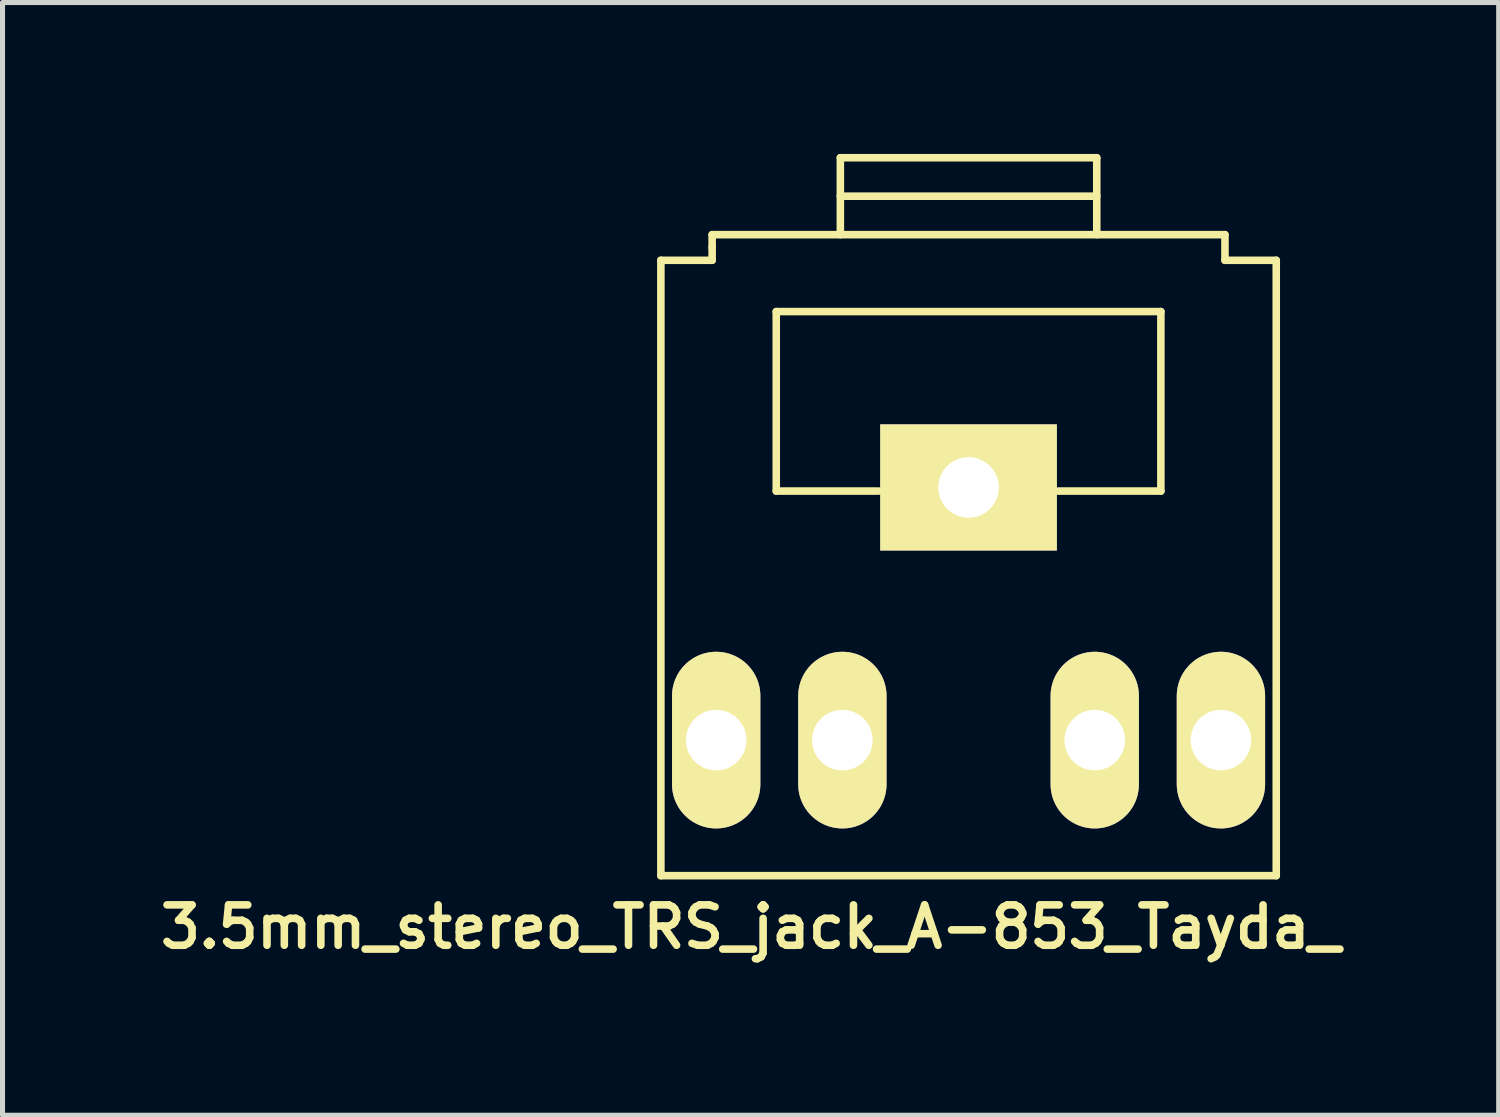
<source format=kicad_pcb>
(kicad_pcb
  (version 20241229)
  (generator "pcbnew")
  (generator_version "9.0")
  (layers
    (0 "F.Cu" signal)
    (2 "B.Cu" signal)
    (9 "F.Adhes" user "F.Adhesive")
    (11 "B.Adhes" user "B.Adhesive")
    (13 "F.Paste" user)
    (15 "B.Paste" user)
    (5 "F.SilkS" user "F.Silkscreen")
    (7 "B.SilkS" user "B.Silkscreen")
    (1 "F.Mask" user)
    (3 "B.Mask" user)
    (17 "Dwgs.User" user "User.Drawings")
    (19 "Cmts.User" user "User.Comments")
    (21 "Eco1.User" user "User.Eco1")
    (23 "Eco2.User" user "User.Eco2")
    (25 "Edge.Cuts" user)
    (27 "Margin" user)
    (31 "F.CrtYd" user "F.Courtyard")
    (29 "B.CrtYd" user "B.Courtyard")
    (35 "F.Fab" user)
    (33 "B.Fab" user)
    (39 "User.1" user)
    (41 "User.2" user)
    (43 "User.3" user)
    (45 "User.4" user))
  (footprint "3.5mm_stereo_TRS_jack_A-853_Tayda_"
    (layer "F.Cu")
    (at 16.139 8.203)
    (property "Reference" "3.5mm_stereo_TRS_jack_A-853_Tayda_" (at -4.318 7.112 0) (layer "F.SilkS") (effects (font (size 0.8 0.8) (thickness 0.15))))
    (attr through_hole)
    (fp_line (start -6.096 6.096) (end -6.096 -6.096) (stroke (width 0.15) (type solid)) (layer "F.SilkS"))
    (fp_line (start -5.08 -6.604) (end 5.08 -6.604) (stroke (width 0.15) (type solid)) (layer "F.SilkS"))
    (fp_line (start -5.08 -6.35) (end -5.08 -6.604) (stroke (width 0.15) (type solid)) (layer "F.SilkS"))
    (fp_line (start -5.08 -6.096) (end -6.096 -6.096) (stroke (width 0.15) (type solid)) (layer "F.SilkS"))
    (fp_line (start -5.08 -6.096) (end -5.08 -6.35) (stroke (width 0.15) (type solid)) (layer "F.SilkS"))
    (fp_line (start -3.81 -5.08) (end 3.81 -5.08) (stroke (width 0.15) (type solid)) (layer "F.SilkS"))
    (fp_line (start -3.81 -1.524) (end -3.81 -5.08) (stroke (width 0.15) (type solid)) (layer "F.SilkS"))
    (fp_line (start -2.54 -8.128) (end -2.54 -6.604) (stroke (width 0.15) (type solid)) (layer "F.SilkS"))
    (fp_line (start -2.54 -8.128) (end 2.54 -8.128) (stroke (width 0.15) (type solid)) (layer "F.SilkS"))
    (fp_line (start -2.54 -7.366) (end 2.54 -7.366) (stroke (width 0.15) (type solid)) (layer "F.SilkS"))
    (fp_line (start -1.778 -1.524) (end -3.81 -1.524) (stroke (width 0.15) (type solid)) (layer "F.SilkS"))
    (fp_line (start 2.54 -6.604) (end 2.54 -8.128) (stroke (width 0.15) (type solid)) (layer "F.SilkS"))
    (fp_line (start 3.81 -5.08) (end 3.81 -1.524) (stroke (width 0.15) (type solid)) (layer "F.SilkS"))
    (fp_line (start 3.81 -1.524) (end 1.778 -1.524) (stroke (width 0.15) (type solid)) (layer "F.SilkS"))
    (fp_line (start 5.08 -6.604) (end 5.08 -6.096) (stroke (width 0.15) (type solid)) (layer "F.SilkS"))
    (fp_line (start 6.096 -6.096) (end 5.08 -6.096) (stroke (width 0.15) (type solid)) (layer "F.SilkS"))
    (fp_line (start 6.096 -6.096) (end 6.096 6.096) (stroke (width 0.15) (type solid)) (layer "F.SilkS"))
    (fp_line (start 6.096 6.096) (end -6.096 6.096) (stroke (width 0.15) (type solid)) (layer "F.SilkS"))
    (pad "1" thru_hole rect (at 0 -1.596) (size 3.5 2.5) (drill 1.2) (layers "*.Cu" "*.Mask" "F.SilkS"))
    (pad "2" thru_hole oval (at 5 3.41) (size 1.75 3.5) (drill 1.2) (layers "*.Cu" "*.Mask" "F.SilkS"))
    (pad "3" thru_hole oval (at -5 3.41) (size 1.75 3.5) (drill 1.2) (layers "*.Cu" "*.Mask" "F.SilkS"))
    (pad "4" thru_hole oval (at 2.5 3.41) (size 1.75 3.5) (drill 1.2) (layers "*.Cu" "*.Mask" "F.SilkS"))
    (pad "5" thru_hole oval (at -2.5 3.41) (size 1.75 3.5) (drill 1.2) (layers "*.Cu" "*.Mask" "F.SilkS")))
  (gr_rect
    (start -3 -3)
    (end 26.642 19.046)
    (stroke (width 0.1) (type default))
    (fill no)
    (layer "Edge.Cuts")))
</source>
